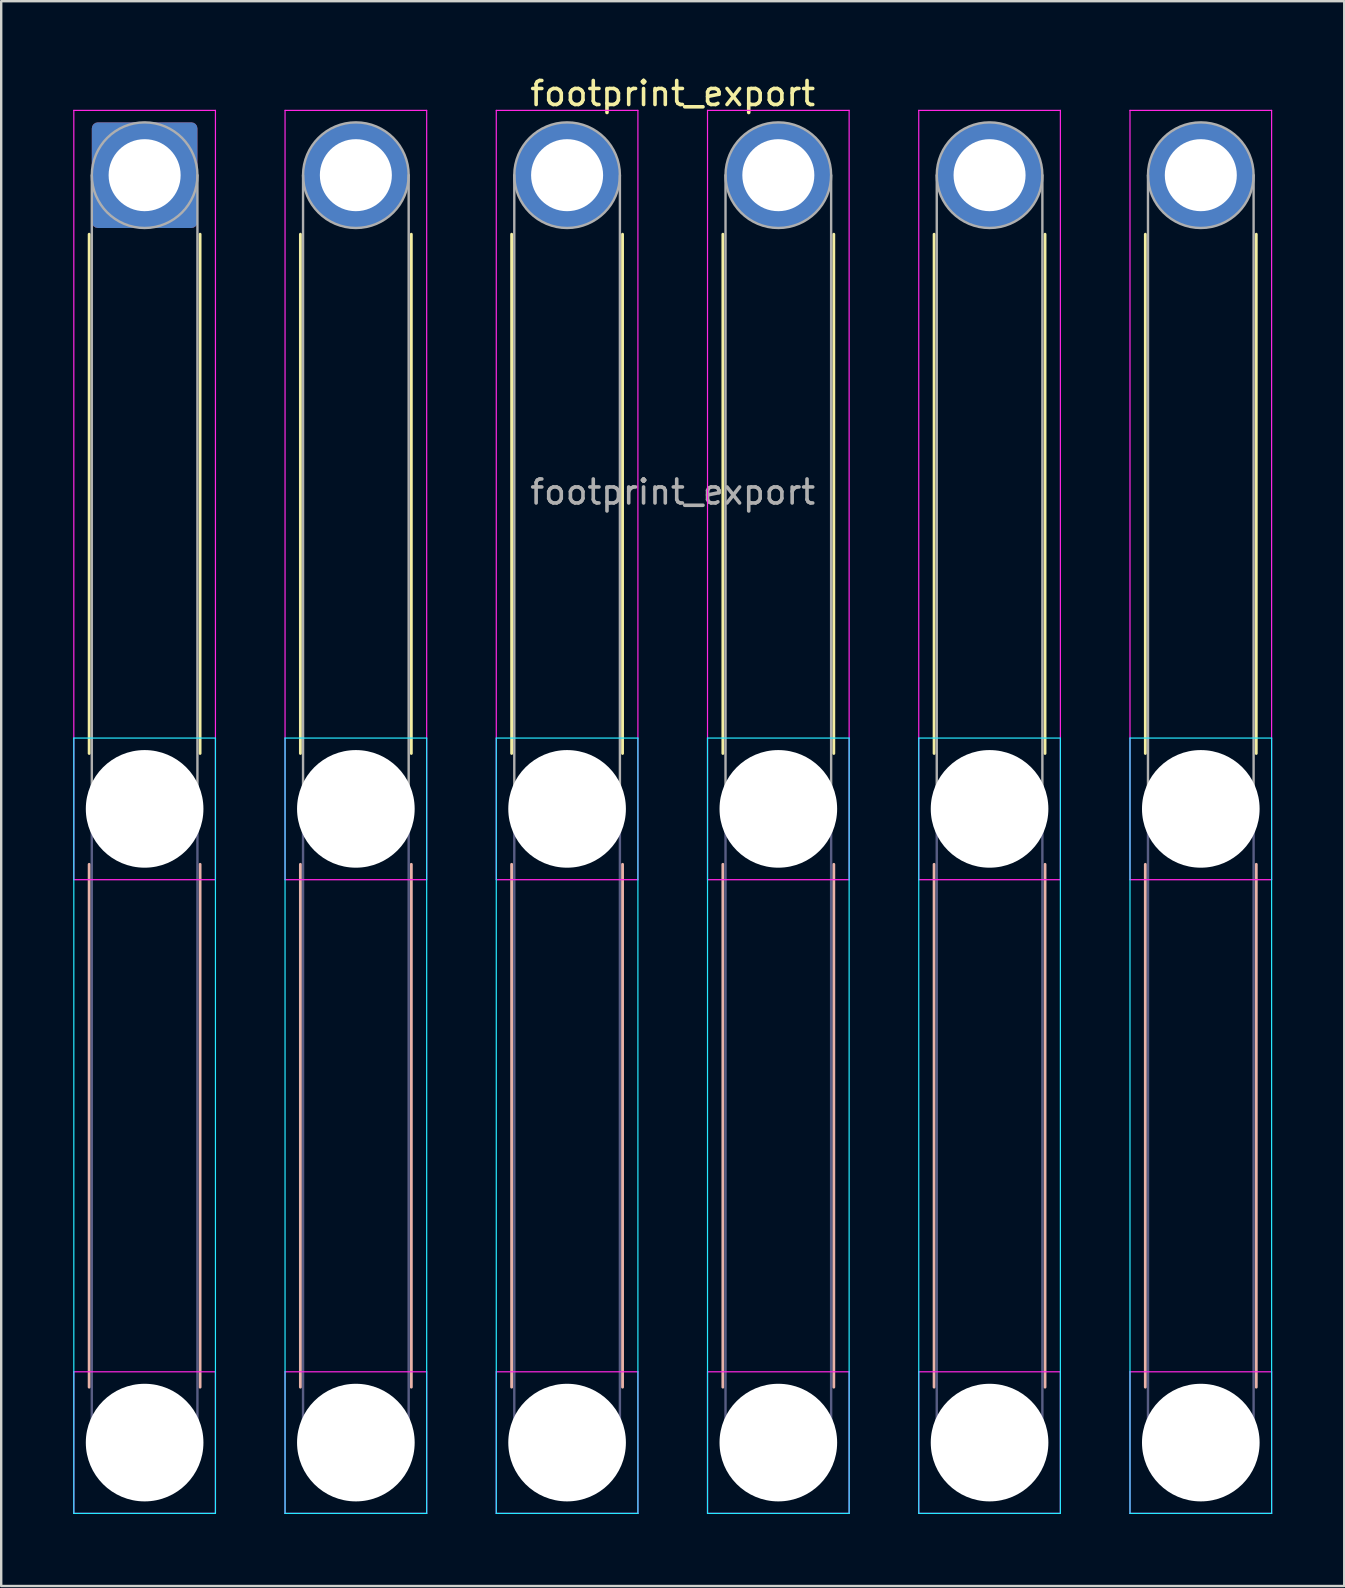
<source format=kicad_pcb>
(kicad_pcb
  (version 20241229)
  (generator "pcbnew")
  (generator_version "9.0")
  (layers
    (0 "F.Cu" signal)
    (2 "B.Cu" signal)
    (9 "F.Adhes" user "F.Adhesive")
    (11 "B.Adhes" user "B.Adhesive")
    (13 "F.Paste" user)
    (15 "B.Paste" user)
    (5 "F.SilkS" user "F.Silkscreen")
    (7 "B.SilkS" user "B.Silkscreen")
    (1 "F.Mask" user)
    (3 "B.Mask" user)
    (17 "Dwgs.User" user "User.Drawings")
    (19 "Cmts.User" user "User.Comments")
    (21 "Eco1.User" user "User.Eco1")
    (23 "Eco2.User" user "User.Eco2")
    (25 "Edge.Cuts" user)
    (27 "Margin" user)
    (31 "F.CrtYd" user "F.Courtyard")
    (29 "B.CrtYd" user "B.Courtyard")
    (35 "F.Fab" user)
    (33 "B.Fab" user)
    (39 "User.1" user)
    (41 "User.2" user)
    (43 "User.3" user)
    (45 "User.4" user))
  (footprint "footprint_export"
    (layer "F.Cu")
    (at 2.975 4.248)
    (property "Reference" "footprint_export" (at 22 -3.4 0) (layer "F.SilkS") (effects (font (size 1 1) (thickness 0.15))))
    (attr exclude_from_pos_files exclude_from_bom)
    (fp_line (start -2.31 2.46) (end -2.31 24.09) (stroke (width 0.12) (type solid)) (layer "F.SilkS"))
    (fp_line (start 2.31 2.46) (end 2.31 24.09) (stroke (width 0.12) (type solid)) (layer "F.SilkS"))
    (fp_line (start 6.49 2.46) (end 6.49 24.09) (stroke (width 0.12) (type solid)) (layer "F.SilkS"))
    (fp_line (start 11.11 2.46) (end 11.11 24.09) (stroke (width 0.12) (type solid)) (layer "F.SilkS"))
    (fp_line (start 15.29 2.46) (end 15.29 24.09) (stroke (width 0.12) (type solid)) (layer "F.SilkS"))
    (fp_line (start 19.91 2.46) (end 19.91 24.09) (stroke (width 0.12) (type solid)) (layer "F.SilkS"))
    (fp_line (start 24.09 2.46) (end 24.09 24.09) (stroke (width 0.12) (type solid)) (layer "F.SilkS"))
    (fp_line (start 28.71 2.46) (end 28.71 24.09) (stroke (width 0.12) (type solid)) (layer "F.SilkS"))
    (fp_line (start 32.89 2.46) (end 32.89 24.09) (stroke (width 0.12) (type solid)) (layer "F.SilkS"))
    (fp_line (start 37.51 2.46) (end 37.51 24.09) (stroke (width 0.12) (type solid)) (layer "F.SilkS"))
    (fp_line (start 41.69 2.46) (end 41.69 24.09) (stroke (width 0.12) (type solid)) (layer "F.SilkS"))
    (fp_line (start 46.31 2.46) (end 46.31 24.09) (stroke (width 0.12) (type solid)) (layer "F.SilkS"))
    (fp_line (start -2.31 28.71) (end -2.31 50.49) (stroke (width 0.12) (type solid)) (layer "B.SilkS"))
    (fp_line (start 2.31 28.71) (end 2.31 50.49) (stroke (width 0.12) (type solid)) (layer "B.SilkS"))
    (fp_line (start 6.49 28.71) (end 6.49 50.49) (stroke (width 0.12) (type solid)) (layer "B.SilkS"))
    (fp_line (start 11.11 28.71) (end 11.11 50.49) (stroke (width 0.12) (type solid)) (layer "B.SilkS"))
    (fp_line (start 15.29 28.71) (end 15.29 50.49) (stroke (width 0.12) (type solid)) (layer "B.SilkS"))
    (fp_line (start 19.91 28.71) (end 19.91 50.49) (stroke (width 0.12) (type solid)) (layer "B.SilkS"))
    (fp_line (start 24.09 28.71) (end 24.09 50.49) (stroke (width 0.12) (type solid)) (layer "B.SilkS"))
    (fp_line (start 28.71 28.71) (end 28.71 50.49) (stroke (width 0.12) (type solid)) (layer "B.SilkS"))
    (fp_line (start 32.89 28.71) (end 32.89 50.49) (stroke (width 0.12) (type solid)) (layer "B.SilkS"))
    (fp_line (start 37.51 28.71) (end 37.51 50.49) (stroke (width 0.12) (type solid)) (layer "B.SilkS"))
    (fp_line (start 41.69 28.71) (end 41.69 50.49) (stroke (width 0.12) (type solid)) (layer "B.SilkS"))
    (fp_line (start 46.31 28.71) (end 46.31 50.49) (stroke (width 0.12) (type solid)) (layer "B.SilkS"))
    (fp_line (start -2.95 23.45) (end -2.95 55.75) (stroke (width 0.05) (type solid)) (layer "B.CrtYd"))
    (fp_line (start -2.95 55.75) (end 2.95 55.75) (stroke (width 0.05) (type solid)) (layer "B.CrtYd"))
    (fp_line (start 2.95 23.45) (end -2.95 23.45) (stroke (width 0.05) (type solid)) (layer "B.CrtYd"))
    (fp_line (start 2.95 55.75) (end 2.95 23.45) (stroke (width 0.05) (type solid)) (layer "B.CrtYd"))
    (fp_line (start 5.85 23.45) (end 5.85 55.75) (stroke (width 0.05) (type solid)) (layer "B.CrtYd"))
    (fp_line (start 5.85 55.75) (end 11.75 55.75) (stroke (width 0.05) (type solid)) (layer "B.CrtYd"))
    (fp_line (start 11.75 23.45) (end 5.85 23.45) (stroke (width 0.05) (type solid)) (layer "B.CrtYd"))
    (fp_line (start 11.75 55.75) (end 11.75 23.45) (stroke (width 0.05) (type solid)) (layer "B.CrtYd"))
    (fp_line (start 14.65 23.45) (end 14.65 55.75) (stroke (width 0.05) (type solid)) (layer "B.CrtYd"))
    (fp_line (start 14.65 55.75) (end 20.55 55.75) (stroke (width 0.05) (type solid)) (layer "B.CrtYd"))
    (fp_line (start 20.55 23.45) (end 14.65 23.45) (stroke (width 0.05) (type solid)) (layer "B.CrtYd"))
    (fp_line (start 20.55 55.75) (end 20.55 23.45) (stroke (width 0.05) (type solid)) (layer "B.CrtYd"))
    (fp_line (start 23.45 23.45) (end 23.45 55.75) (stroke (width 0.05) (type solid)) (layer "B.CrtYd"))
    (fp_line (start 23.45 55.75) (end 29.35 55.75) (stroke (width 0.05) (type solid)) (layer "B.CrtYd"))
    (fp_line (start 29.35 23.45) (end 23.45 23.45) (stroke (width 0.05) (type solid)) (layer "B.CrtYd"))
    (fp_line (start 29.35 55.75) (end 29.35 23.45) (stroke (width 0.05) (type solid)) (layer "B.CrtYd"))
    (fp_line (start 32.25 23.45) (end 32.25 55.75) (stroke (width 0.05) (type solid)) (layer "B.CrtYd"))
    (fp_line (start 32.25 55.75) (end 38.15 55.75) (stroke (width 0.05) (type solid)) (layer "B.CrtYd"))
    (fp_line (start 38.15 23.45) (end 32.25 23.45) (stroke (width 0.05) (type solid)) (layer "B.CrtYd"))
    (fp_line (start 38.15 55.75) (end 38.15 23.45) (stroke (width 0.05) (type solid)) (layer "B.CrtYd"))
    (fp_line (start 41.05 23.45) (end 41.05 55.75) (stroke (width 0.05) (type solid)) (layer "B.CrtYd"))
    (fp_line (start 41.05 55.75) (end 46.95 55.75) (stroke (width 0.05) (type solid)) (layer "B.CrtYd"))
    (fp_line (start 46.95 23.45) (end 41.05 23.45) (stroke (width 0.05) (type solid)) (layer "B.CrtYd"))
    (fp_line (start 46.95 55.75) (end 46.95 23.45) (stroke (width 0.05) (type solid)) (layer "B.CrtYd"))
    (fp_line (start -2.95 -2.7) (end -2.95 29.35) (stroke (width 0.05) (type solid)) (layer "F.CrtYd"))
    (fp_line (start -2.95 29.35) (end 2.95 29.35) (stroke (width 0.05) (type solid)) (layer "F.CrtYd"))
    (fp_line (start -2.95 49.85) (end -2.95 55.75) (stroke (width 0.05) (type solid)) (layer "F.CrtYd"))
    (fp_line (start -2.95 55.75) (end 2.95 55.75) (stroke (width 0.05) (type solid)) (layer "F.CrtYd"))
    (fp_line (start 2.95 -2.7) (end -2.95 -2.7) (stroke (width 0.05) (type solid)) (layer "F.CrtYd"))
    (fp_line (start 2.95 29.35) (end 2.95 -2.7) (stroke (width 0.05) (type solid)) (layer "F.CrtYd"))
    (fp_line (start 2.95 49.85) (end -2.95 49.85) (stroke (width 0.05) (type solid)) (layer "F.CrtYd"))
    (fp_line (start 2.95 55.75) (end 2.95 49.85) (stroke (width 0.05) (type solid)) (layer "F.CrtYd"))
    (fp_line (start 5.85 -2.7) (end 5.85 29.35) (stroke (width 0.05) (type solid)) (layer "F.CrtYd"))
    (fp_line (start 5.85 29.35) (end 11.75 29.35) (stroke (width 0.05) (type solid)) (layer "F.CrtYd"))
    (fp_line (start 5.85 49.85) (end 5.85 55.75) (stroke (width 0.05) (type solid)) (layer "F.CrtYd"))
    (fp_line (start 5.85 55.75) (end 11.75 55.75) (stroke (width 0.05) (type solid)) (layer "F.CrtYd"))
    (fp_line (start 11.75 -2.7) (end 5.85 -2.7) (stroke (width 0.05) (type solid)) (layer "F.CrtYd"))
    (fp_line (start 11.75 29.35) (end 11.75 -2.7) (stroke (width 0.05) (type solid)) (layer "F.CrtYd"))
    (fp_line (start 11.75 49.85) (end 5.85 49.85) (stroke (width 0.05) (type solid)) (layer "F.CrtYd"))
    (fp_line (start 11.75 55.75) (end 11.75 49.85) (stroke (width 0.05) (type solid)) (layer "F.CrtYd"))
    (fp_line (start 14.65 -2.7) (end 14.65 29.35) (stroke (width 0.05) (type solid)) (layer "F.CrtYd"))
    (fp_line (start 14.65 29.35) (end 20.55 29.35) (stroke (width 0.05) (type solid)) (layer "F.CrtYd"))
    (fp_line (start 14.65 49.85) (end 14.65 55.75) (stroke (width 0.05) (type solid)) (layer "F.CrtYd"))
    (fp_line (start 14.65 55.75) (end 20.55 55.75) (stroke (width 0.05) (type solid)) (layer "F.CrtYd"))
    (fp_line (start 20.55 -2.7) (end 14.65 -2.7) (stroke (width 0.05) (type solid)) (layer "F.CrtYd"))
    (fp_line (start 20.55 29.35) (end 20.55 -2.7) (stroke (width 0.05) (type solid)) (layer "F.CrtYd"))
    (fp_line (start 20.55 49.85) (end 14.65 49.85) (stroke (width 0.05) (type solid)) (layer "F.CrtYd"))
    (fp_line (start 20.55 55.75) (end 20.55 49.85) (stroke (width 0.05) (type solid)) (layer "F.CrtYd"))
    (fp_line (start 23.45 -2.7) (end 23.45 29.35) (stroke (width 0.05) (type solid)) (layer "F.CrtYd"))
    (fp_line (start 23.45 29.35) (end 29.35 29.35) (stroke (width 0.05) (type solid)) (layer "F.CrtYd"))
    (fp_line (start 23.45 49.85) (end 23.45 55.75) (stroke (width 0.05) (type solid)) (layer "F.CrtYd"))
    (fp_line (start 23.45 55.75) (end 29.35 55.75) (stroke (width 0.05) (type solid)) (layer "F.CrtYd"))
    (fp_line (start 29.35 -2.7) (end 23.45 -2.7) (stroke (width 0.05) (type solid)) (layer "F.CrtYd"))
    (fp_line (start 29.35 29.35) (end 29.35 -2.7) (stroke (width 0.05) (type solid)) (layer "F.CrtYd"))
    (fp_line (start 29.35 49.85) (end 23.45 49.85) (stroke (width 0.05) (type solid)) (layer "F.CrtYd"))
    (fp_line (start 29.35 55.75) (end 29.35 49.85) (stroke (width 0.05) (type solid)) (layer "F.CrtYd"))
    (fp_line (start 32.25 -2.7) (end 32.25 29.35) (stroke (width 0.05) (type solid)) (layer "F.CrtYd"))
    (fp_line (start 32.25 29.35) (end 38.15 29.35) (stroke (width 0.05) (type solid)) (layer "F.CrtYd"))
    (fp_line (start 32.25 49.85) (end 32.25 55.75) (stroke (width 0.05) (type solid)) (layer "F.CrtYd"))
    (fp_line (start 32.25 55.75) (end 38.15 55.75) (stroke (width 0.05) (type solid)) (layer "F.CrtYd"))
    (fp_line (start 38.15 -2.7) (end 32.25 -2.7) (stroke (width 0.05) (type solid)) (layer "F.CrtYd"))
    (fp_line (start 38.15 29.35) (end 38.15 -2.7) (stroke (width 0.05) (type solid)) (layer "F.CrtYd"))
    (fp_line (start 38.15 49.85) (end 32.25 49.85) (stroke (width 0.05) (type solid)) (layer "F.CrtYd"))
    (fp_line (start 38.15 55.75) (end 38.15 49.85) (stroke (width 0.05) (type solid)) (layer "F.CrtYd"))
    (fp_line (start 41.05 -2.7) (end 41.05 29.35) (stroke (width 0.05) (type solid)) (layer "F.CrtYd"))
    (fp_line (start 41.05 29.35) (end 46.95 29.35) (stroke (width 0.05) (type solid)) (layer "F.CrtYd"))
    (fp_line (start 41.05 49.85) (end 41.05 55.75) (stroke (width 0.05) (type solid)) (layer "F.CrtYd"))
    (fp_line (start 41.05 55.75) (end 46.95 55.75) (stroke (width 0.05) (type solid)) (layer "F.CrtYd"))
    (fp_line (start 46.95 -2.7) (end 41.05 -2.7) (stroke (width 0.05) (type solid)) (layer "F.CrtYd"))
    (fp_line (start 46.95 29.35) (end 46.95 -2.7) (stroke (width 0.05) (type solid)) (layer "F.CrtYd"))
    (fp_line (start 46.95 49.85) (end 41.05 49.85) (stroke (width 0.05) (type solid)) (layer "F.CrtYd"))
    (fp_line (start 46.95 55.75) (end 46.95 49.85) (stroke (width 0.05) (type solid)) (layer "F.CrtYd"))
    (fp_line (start -2.2 26.4) (end -2.2 52.8) (stroke (width 0.1) (type solid)) (layer "B.Fab"))
    (fp_line (start 2.2 26.4) (end 2.2 52.8) (stroke (width 0.1) (type solid)) (layer "B.Fab"))
    (fp_line (start 6.6 26.4) (end 6.6 52.8) (stroke (width 0.1) (type solid)) (layer "B.Fab"))
    (fp_line (start 11 26.4) (end 11 52.8) (stroke (width 0.1) (type solid)) (layer "B.Fab"))
    (fp_line (start 15.4 26.4) (end 15.4 52.8) (stroke (width 0.1) (type solid)) (layer "B.Fab"))
    (fp_line (start 19.8 26.4) (end 19.8 52.8) (stroke (width 0.1) (type solid)) (layer "B.Fab"))
    (fp_line (start 24.2 26.4) (end 24.2 52.8) (stroke (width 0.1) (type solid)) (layer "B.Fab"))
    (fp_line (start 28.6 26.4) (end 28.6 52.8) (stroke (width 0.1) (type solid)) (layer "B.Fab"))
    (fp_line (start 33 26.4) (end 33 52.8) (stroke (width 0.1) (type solid)) (layer "B.Fab"))
    (fp_line (start 37.4 26.4) (end 37.4 52.8) (stroke (width 0.1) (type solid)) (layer "B.Fab"))
    (fp_line (start 41.8 26.4) (end 41.8 52.8) (stroke (width 0.1) (type solid)) (layer "B.Fab"))
    (fp_line (start 46.2 26.4) (end 46.2 52.8) (stroke (width 0.1) (type solid)) (layer "B.Fab"))
    (fp_circle (center 0 26.4) (end 2.2 26.4) (stroke (width 0.1) (type solid)) (fill no) (layer "B.Fab"))
    (fp_circle (center 0 52.8) (end 2.2 52.8) (stroke (width 0.1) (type solid)) (fill no) (layer "B.Fab"))
    (fp_circle (center 8.8 26.4) (end 11 26.4) (stroke (width 0.1) (type solid)) (fill no) (layer "B.Fab"))
    (fp_circle (center 8.8 52.8) (end 11 52.8) (stroke (width 0.1) (type solid)) (fill no) (layer "B.Fab"))
    (fp_circle (center 17.6 26.4) (end 19.8 26.4) (stroke (width 0.1) (type solid)) (fill no) (layer "B.Fab"))
    (fp_circle (center 17.6 52.8) (end 19.8 52.8) (stroke (width 0.1) (type solid)) (fill no) (layer "B.Fab"))
    (fp_circle (center 26.4 26.4) (end 28.6 26.4) (stroke (width 0.1) (type solid)) (fill no) (layer "B.Fab"))
    (fp_circle (center 26.4 52.8) (end 28.6 52.8) (stroke (width 0.1) (type solid)) (fill no) (layer "B.Fab"))
    (fp_circle (center 35.2 26.4) (end 37.4 26.4) (stroke (width 0.1) (type solid)) (fill no) (layer "B.Fab"))
    (fp_circle (center 35.2 52.8) (end 37.4 52.8) (stroke (width 0.1) (type solid)) (fill no) (layer "B.Fab"))
    (fp_circle (center 44 26.4) (end 46.2 26.4) (stroke (width 0.1) (type solid)) (fill no) (layer "B.Fab"))
    (fp_circle (center 44 52.8) (end 46.2 52.8) (stroke (width 0.1) (type solid)) (fill no) (layer "B.Fab"))
    (fp_line (start -2.2 0) (end -2.2 26.4) (stroke (width 0.1) (type solid)) (layer "F.Fab"))
    (fp_line (start 2.2 0) (end 2.2 26.4) (stroke (width 0.1) (type solid)) (layer "F.Fab"))
    (fp_line (start 6.6 0) (end 6.6 26.4) (stroke (width 0.1) (type solid)) (layer "F.Fab"))
    (fp_line (start 11 0) (end 11 26.4) (stroke (width 0.1) (type solid)) (layer "F.Fab"))
    (fp_line (start 15.4 0) (end 15.4 26.4) (stroke (width 0.1) (type solid)) (layer "F.Fab"))
    (fp_line (start 19.8 0) (end 19.8 26.4) (stroke (width 0.1) (type solid)) (layer "F.Fab"))
    (fp_line (start 24.2 0) (end 24.2 26.4) (stroke (width 0.1) (type solid)) (layer "F.Fab"))
    (fp_line (start 28.6 0) (end 28.6 26.4) (stroke (width 0.1) (type solid)) (layer "F.Fab"))
    (fp_line (start 33 0) (end 33 26.4) (stroke (width 0.1) (type solid)) (layer "F.Fab"))
    (fp_line (start 37.4 0) (end 37.4 26.4) (stroke (width 0.1) (type solid)) (layer "F.Fab"))
    (fp_line (start 41.8 0) (end 41.8 26.4) (stroke (width 0.1) (type solid)) (layer "F.Fab"))
    (fp_line (start 46.2 0) (end 46.2 26.4) (stroke (width 0.1) (type solid)) (layer "F.Fab"))
    (fp_circle (center 0 0) (end 2.2 0) (stroke (width 0.1) (type solid)) (fill no) (layer "F.Fab"))
    (fp_circle (center 0 26.4) (end 2.2 26.4) (stroke (width 0.1) (type solid)) (fill no) (layer "F.Fab"))
    (fp_circle (center 0 52.8) (end 2.2 52.8) (stroke (width 0.1) (type solid)) (fill no) (layer "F.Fab"))
    (fp_circle (center 8.8 0) (end 11 0) (stroke (width 0.1) (type solid)) (fill no) (layer "F.Fab"))
    (fp_circle (center 8.8 26.4) (end 11 26.4) (stroke (width 0.1) (type solid)) (fill no) (layer "F.Fab"))
    (fp_circle (center 8.8 52.8) (end 11 52.8) (stroke (width 0.1) (type solid)) (fill no) (layer "F.Fab"))
    (fp_circle (center 17.6 0) (end 19.8 0) (stroke (width 0.1) (type solid)) (fill no) (layer "F.Fab"))
    (fp_circle (center 17.6 26.4) (end 19.8 26.4) (stroke (width 0.1) (type solid)) (fill no) (layer "F.Fab"))
    (fp_circle (center 17.6 52.8) (end 19.8 52.8) (stroke (width 0.1) (type solid)) (fill no) (layer "F.Fab"))
    (fp_circle (center 26.4 0) (end 28.6 0) (stroke (width 0.1) (type solid)) (fill no) (layer "F.Fab"))
    (fp_circle (center 26.4 26.4) (end 28.6 26.4) (stroke (width 0.1) (type solid)) (fill no) (layer "F.Fab"))
    (fp_circle (center 26.4 52.8) (end 28.6 52.8) (stroke (width 0.1) (type solid)) (fill no) (layer "F.Fab"))
    (fp_circle (center 35.2 0) (end 37.4 0) (stroke (width 0.1) (type solid)) (fill no) (layer "F.Fab"))
    (fp_circle (center 35.2 26.4) (end 37.4 26.4) (stroke (width 0.1) (type solid)) (fill no) (layer "F.Fab"))
    (fp_circle (center 35.2 52.8) (end 37.4 52.8) (stroke (width 0.1) (type solid)) (fill no) (layer "F.Fab"))
    (fp_circle (center 44 0) (end 46.2 0) (stroke (width 0.1) (type solid)) (fill no) (layer "F.Fab"))
    (fp_circle (center 44 26.4) (end 46.2 26.4) (stroke (width 0.1) (type solid)) (fill no) (layer "F.Fab"))
    (fp_circle (center 44 52.8) (end 46.2 52.8) (stroke (width 0.1) (type solid)) (fill no) (layer "F.Fab"))
    (fp_text user "${REFERENCE}" (at 22 13.2 0) (layer "F.Fab") (effects (font (size 1 1) (thickness 0.15))))
    (pad "" np_thru_hole circle (at 0 26.4) (size 4.9 4.9) (drill 4.9) (layers "*.Cu" "*.Mask"))
    (pad "" np_thru_hole circle (at 0 52.8) (size 4.9 4.9) (drill 4.9) (layers "*.Cu" "*.Mask"))
    (pad "" np_thru_hole circle (at 8.8 26.4) (size 4.9 4.9) (drill 4.9) (layers "*.Cu" "*.Mask"))
    (pad "" np_thru_hole circle (at 8.8 52.8) (size 4.9 4.9) (drill 4.9) (layers "*.Cu" "*.Mask"))
    (pad "" np_thru_hole circle (at 17.6 26.4) (size 4.9 4.9) (drill 4.9) (layers "*.Cu" "*.Mask"))
    (pad "" np_thru_hole circle (at 17.6 52.8) (size 4.9 4.9) (drill 4.9) (layers "*.Cu" "*.Mask"))
    (pad "" np_thru_hole circle (at 26.4 26.4) (size 4.9 4.9) (drill 4.9) (layers "*.Cu" "*.Mask"))
    (pad "" np_thru_hole circle (at 26.4 52.8) (size 4.9 4.9) (drill 4.9) (layers "*.Cu" "*.Mask"))
    (pad "" np_thru_hole circle (at 35.2 26.4) (size 4.9 4.9) (drill 4.9) (layers "*.Cu" "*.Mask"))
    (pad "" np_thru_hole circle (at 35.2 52.8) (size 4.9 4.9) (drill 4.9) (layers "*.Cu" "*.Mask"))
    (pad "" np_thru_hole circle (at 44 26.4) (size 4.9 4.9) (drill 4.9) (layers "*.Cu" "*.Mask"))
    (pad "" np_thru_hole circle (at 44 52.8) (size 4.9 4.9) (drill 4.9) (layers "*.Cu" "*.Mask"))
    (pad "1" thru_hole roundrect (at 0 0) (size 4.4 4.4) (drill 3) (layers "*.Cu" "*.Mask") (roundrect_rratio 0.057))
    (pad "2" thru_hole circle (at 8.8 0) (size 4.4 4.4) (drill 3) (layers "*.Cu" "*.Mask"))
    (pad "3" thru_hole circle (at 17.6 0) (size 4.4 4.4) (drill 3) (layers "*.Cu" "*.Mask"))
    (pad "4" thru_hole circle (at 26.4 0) (size 4.4 4.4) (drill 3) (layers "*.Cu" "*.Mask"))
    (pad "5" thru_hole circle (at 35.2 0) (size 4.4 4.4) (drill 3) (layers "*.Cu" "*.Mask"))
    (pad "6" thru_hole circle (at 44 0) (size 4.4 4.4) (drill 3) (layers "*.Cu" "*.Mask")))
  (gr_rect
    (start -3 -3)
    (end 52.95 63.023)
    (stroke (width 0.1) (type default))
    (fill no)
    (layer "Edge.Cuts")))
</source>
